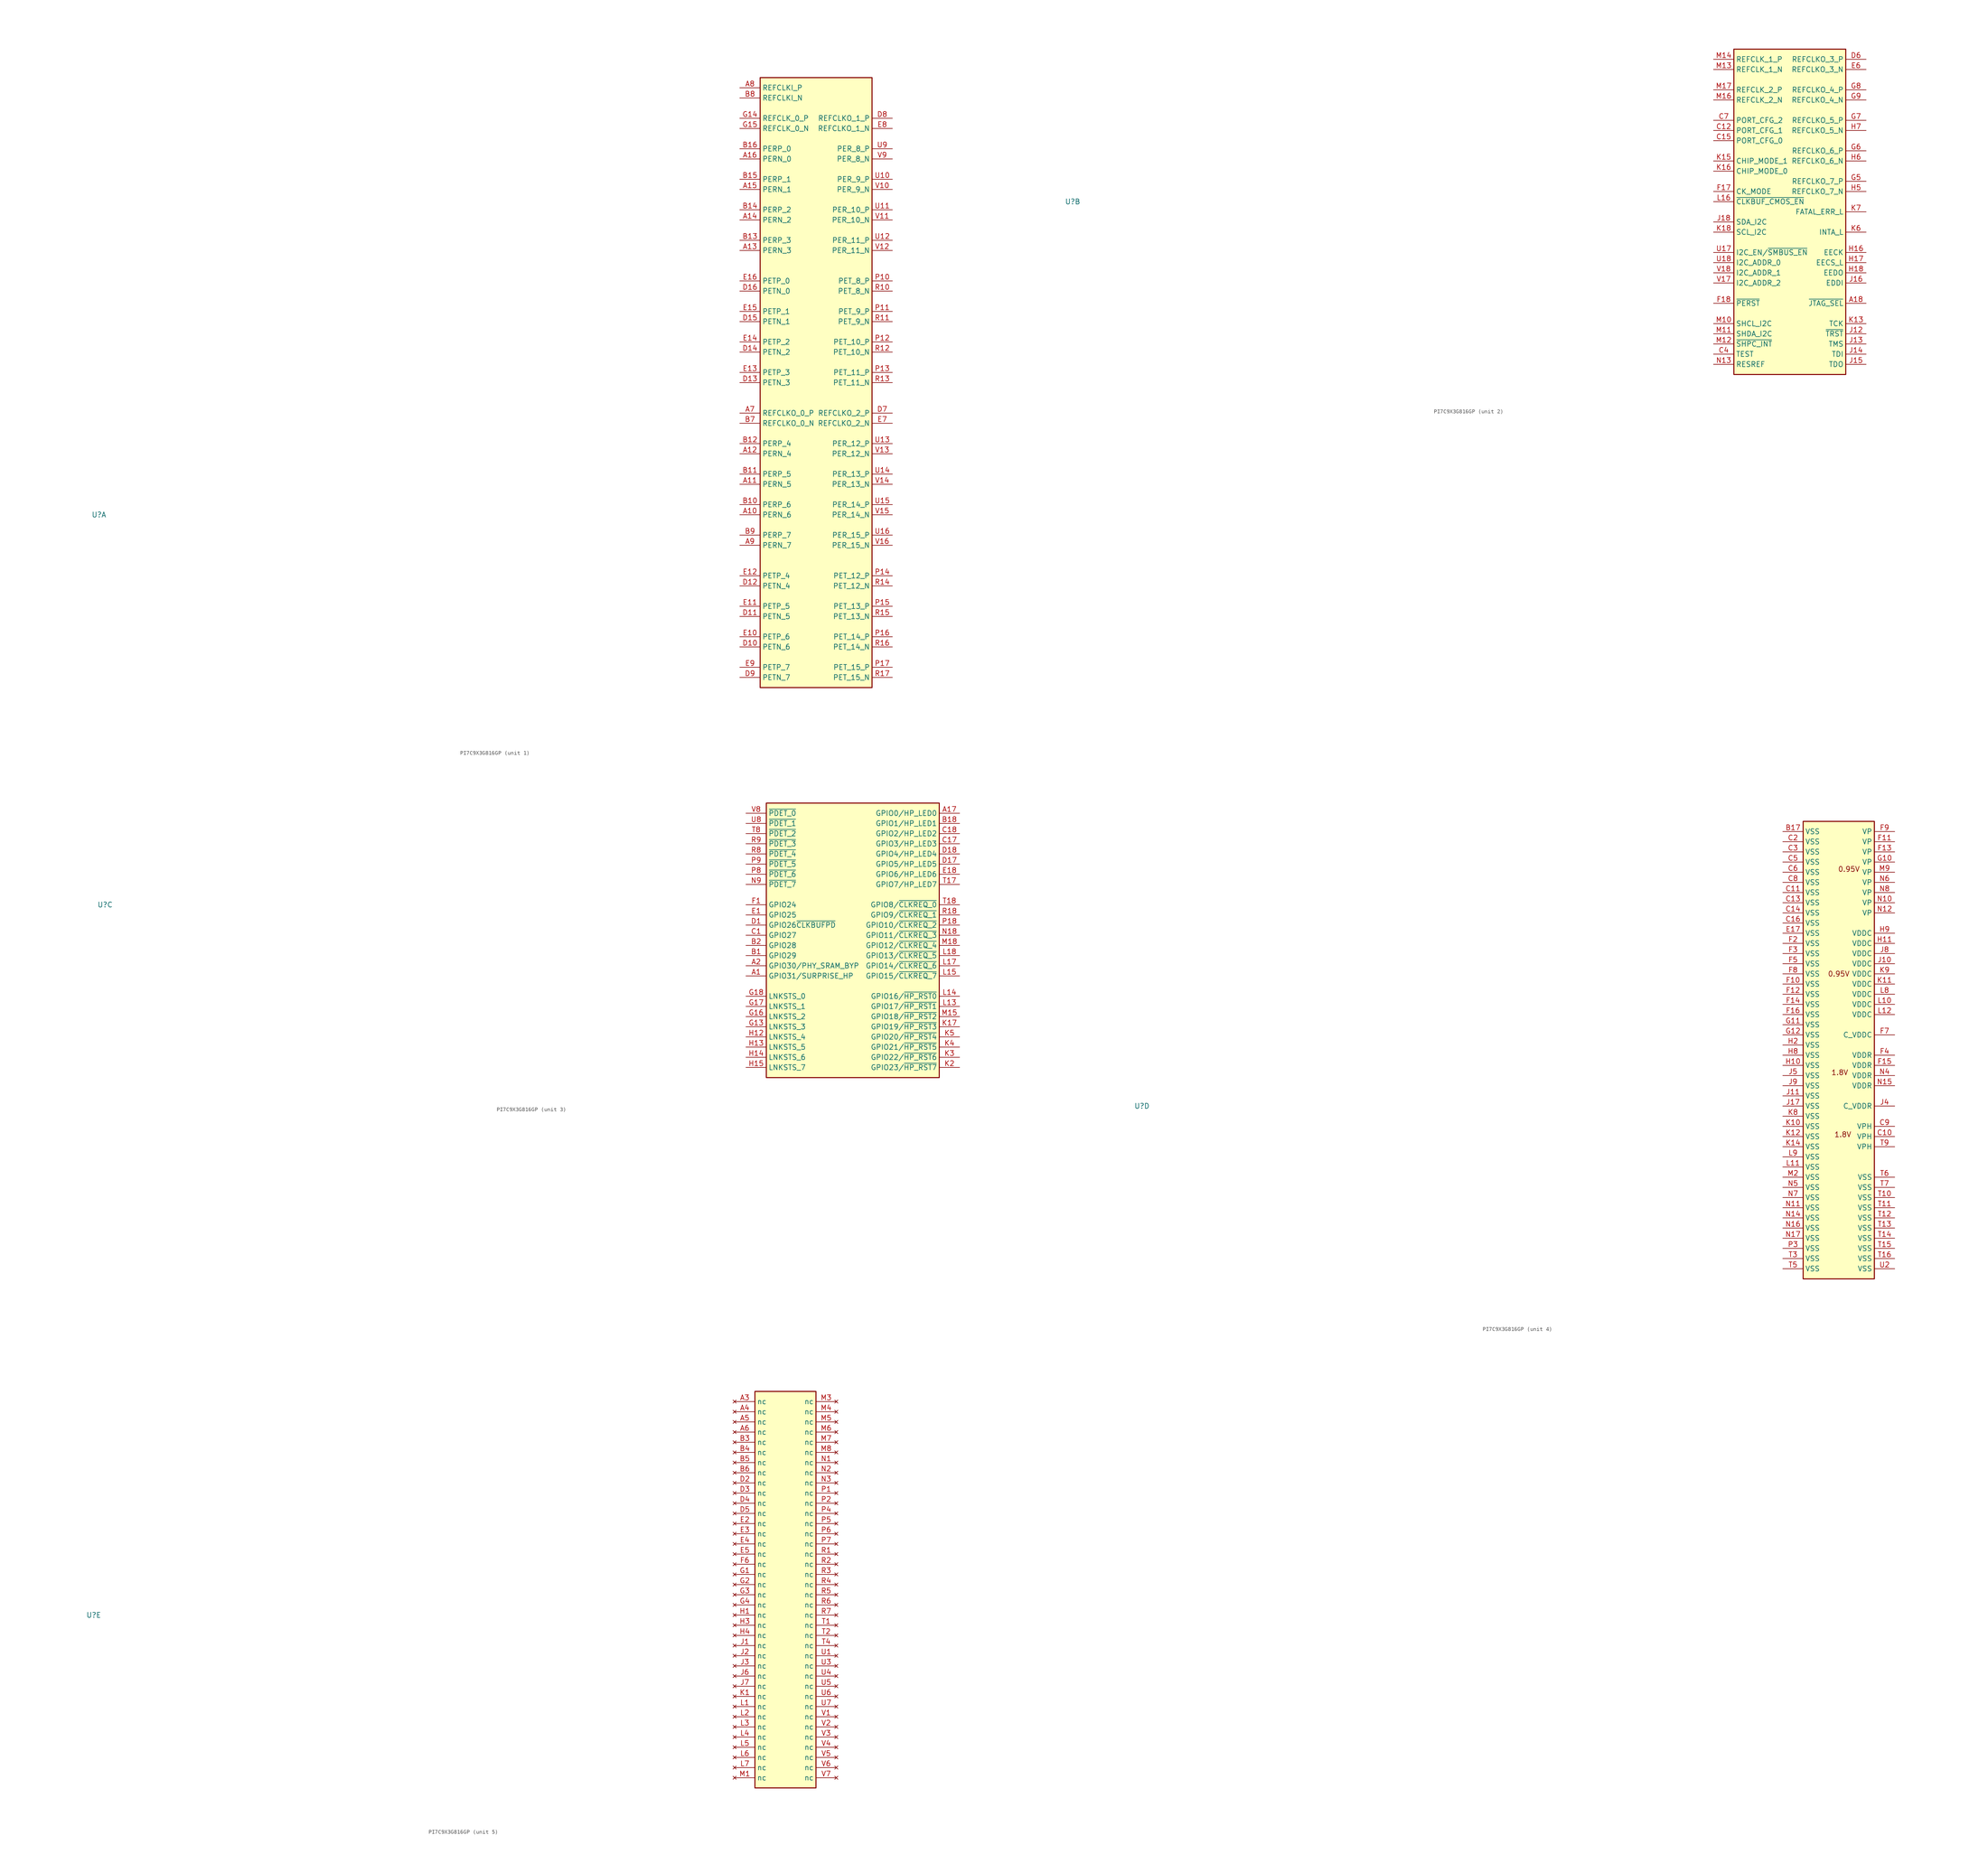
<source format=kicad_sym>
(kicad_symbol_lib
  (version 20241209)
  (generator "kicad_symbol_editor")
  (generator_version "9.0")
  (symbol "PI7C9X3G816GP"
    (property "Reference" "U"
      (at -160.02 40.64 0)
      (effects (font (size 1.27 1.27))))
    (property "Value" ""
      (at -160.02 40.64 0)
      (effects (font (size 1.27 1.27))))
    (property "ki_locked" ""
      (at 0 0 0)
      (effects (font (size 1.27 1.27))))
    (symbol "PI7C9X3G816GP_1_1"
      (rectangle (start 5.08 149.86) (end 33.02 -2.54) (stroke (width 0.254) (type default)) (fill (type background)))
      (pin passive line (at 0 147.32 0) (length 5.08) (name "REFCLKI_P" (effects (font (size 1.27 1.27)))) (number "A8" (effects (font (size 1.27 1.27)))))
      (pin passive line (at 0 144.78 0) (length 5.08) (name "REFCLKI_N" (effects (font (size 1.27 1.27)))) (number "B8" (effects (font (size 1.27 1.27)))))
      (pin passive line (at 0 139.7 0) (length 5.08) (name "REFCLK_0_P" (effects (font (size 1.27 1.27)))) (number "G14" (effects (font (size 1.27 1.27)))))
      (pin passive line (at 0 137.16 0) (length 5.08) (name "REFCLK_0_N" (effects (font (size 1.27 1.27)))) (number "G15" (effects (font (size 1.27 1.27)))))
      (pin passive line (at 0 132.08 0) (length 5.08) (name "PERP_0" (effects (font (size 1.27 1.27)))) (number "B16" (effects (font (size 1.27 1.27)))))
      (pin passive line (at 0 129.54 0) (length 5.08) (name "PERN_0" (effects (font (size 1.27 1.27)))) (number "A16" (effects (font (size 1.27 1.27)))))
      (pin passive line (at 0 124.46 0) (length 5.08) (name "PERP_1" (effects (font (size 1.27 1.27)))) (number "B15" (effects (font (size 1.27 1.27)))))
      (pin passive line (at 0 121.92 0) (length 5.08) (name "PERN_1" (effects (font (size 1.27 1.27)))) (number "A15" (effects (font (size 1.27 1.27)))))
      (pin passive line (at 0 116.84 0) (length 5.08) (name "PERP_2" (effects (font (size 1.27 1.27)))) (number "B14" (effects (font (size 1.27 1.27)))))
      (pin passive line (at 0 114.3 0) (length 5.08) (name "PERN_2" (effects (font (size 1.27 1.27)))) (number "A14" (effects (font (size 1.27 1.27)))))
      (pin passive line (at 0 109.22 0) (length 5.08) (name "PERP_3" (effects (font (size 1.27 1.27)))) (number "B13" (effects (font (size 1.27 1.27)))))
      (pin passive line (at 0 106.68 0) (length 5.08) (name "PERN_3" (effects (font (size 1.27 1.27)))) (number "A13" (effects (font (size 1.27 1.27)))))
      (pin passive line (at 0 99.06 0) (length 5.08) (name "PETP_0" (effects (font (size 1.27 1.27)))) (number "E16" (effects (font (size 1.27 1.27)))))
      (pin passive line (at 0 96.52 0) (length 5.08) (name "PETN_0" (effects (font (size 1.27 1.27)))) (number "D16" (effects (font (size 1.27 1.27)))))
      (pin passive line (at 0 91.44 0) (length 5.08) (name "PETP_1" (effects (font (size 1.27 1.27)))) (number "E15" (effects (font (size 1.27 1.27)))))
      (pin passive line (at 0 88.9 0) (length 5.08) (name "PETN_1" (effects (font (size 1.27 1.27)))) (number "D15" (effects (font (size 1.27 1.27)))))
      (pin passive line (at 0 83.82 0) (length 5.08) (name "PETP_2" (effects (font (size 1.27 1.27)))) (number "E14" (effects (font (size 1.27 1.27)))))
      (pin passive line (at 0 81.28 0) (length 5.08) (name "PETN_2" (effects (font (size 1.27 1.27)))) (number "D14" (effects (font (size 1.27 1.27)))))
      (pin passive line (at 0 76.2 0) (length 5.08) (name "PETP_3" (effects (font (size 1.27 1.27)))) (number "E13" (effects (font (size 1.27 1.27)))))
      (pin passive line (at 0 73.66 0) (length 5.08) (name "PETN_3" (effects (font (size 1.27 1.27)))) (number "D13" (effects (font (size 1.27 1.27)))))
      (pin passive line (at 0 66.04 0) (length 5.08) (name "REFCLKO_0_P" (effects (font (size 1.27 1.27)))) (number "A7" (effects (font (size 1.27 1.27)))))
      (pin passive line (at 0 63.5 0) (length 5.08) (name "REFCLKO_0_N" (effects (font (size 1.27 1.27)))) (number "B7" (effects (font (size 1.27 1.27)))))
      (pin passive line (at 0 58.42 0) (length 5.08) (name "PERP_4" (effects (font (size 1.27 1.27)))) (number "B12" (effects (font (size 1.27 1.27)))))
      (pin passive line (at 0 55.88 0) (length 5.08) (name "PERN_4" (effects (font (size 1.27 1.27)))) (number "A12" (effects (font (size 1.27 1.27)))))
      (pin passive line (at 0 50.8 0) (length 5.08) (name "PERP_5" (effects (font (size 1.27 1.27)))) (number "B11" (effects (font (size 1.27 1.27)))))
      (pin passive line (at 0 48.26 0) (length 5.08) (name "PERN_5" (effects (font (size 1.27 1.27)))) (number "A11" (effects (font (size 1.27 1.27)))))
      (pin passive line (at 0 43.18 0) (length 5.08) (name "PERP_6" (effects (font (size 1.27 1.27)))) (number "B10" (effects (font (size 1.27 1.27)))))
      (pin passive line (at 0 40.64 0) (length 5.08) (name "PERN_6" (effects (font (size 1.27 1.27)))) (number "A10" (effects (font (size 1.27 1.27)))))
      (pin passive line (at 0 35.56 0) (length 5.08) (name "PERP_7" (effects (font (size 1.27 1.27)))) (number "B9" (effects (font (size 1.27 1.27)))))
      (pin passive line (at 0 33.02 0) (length 5.08) (name "PERN_7" (effects (font (size 1.27 1.27)))) (number "A9" (effects (font (size 1.27 1.27)))))
      (pin passive line (at 0 25.4 0) (length 5.08) (name "PETP_4" (effects (font (size 1.27 1.27)))) (number "E12" (effects (font (size 1.27 1.27)))))
      (pin passive line (at 0 22.86 0) (length 5.08) (name "PETN_4" (effects (font (size 1.27 1.27)))) (number "D12" (effects (font (size 1.27 1.27)))))
      (pin passive line (at 0 17.78 0) (length 5.08) (name "PETP_5" (effects (font (size 1.27 1.27)))) (number "E11" (effects (font (size 1.27 1.27)))))
      (pin passive line (at 0 15.24 0) (length 5.08) (name "PETN_5" (effects (font (size 1.27 1.27)))) (number "D11" (effects (font (size 1.27 1.27)))))
      (pin passive line (at 0 10.16 0) (length 5.08) (name "PETP_6" (effects (font (size 1.27 1.27)))) (number "E10" (effects (font (size 1.27 1.27)))))
      (pin passive line (at 0 7.62 0) (length 5.08) (name "PETN_6" (effects (font (size 1.27 1.27)))) (number "D10" (effects (font (size 1.27 1.27)))))
      (pin passive line (at 0 2.54 0) (length 5.08) (name "PETP_7" (effects (font (size 1.27 1.27)))) (number "E9" (effects (font (size 1.27 1.27)))))
      (pin passive line (at 0 0 0) (length 5.08) (name "PETN_7" (effects (font (size 1.27 1.27)))) (number "D9" (effects (font (size 1.27 1.27)))))
      (pin passive line (at 38.1 139.7 180) (length 5.08) (name "REFCLKO_1_P" (effects (font (size 1.27 1.27)))) (number "D8" (effects (font (size 1.27 1.27)))))
      (pin passive line (at 38.1 137.16 180) (length 5.08) (name "REFCLKO_1_N" (effects (font (size 1.27 1.27)))) (number "E8" (effects (font (size 1.27 1.27)))))
      (pin passive line (at 38.1 132.08 180) (length 5.08) (name "PER_8_P" (effects (font (size 1.27 1.27)))) (number "U9" (effects (font (size 1.27 1.27)))))
      (pin passive line (at 38.1 129.54 180) (length 5.08) (name "PER_8_N" (effects (font (size 1.27 1.27)))) (number "V9" (effects (font (size 1.27 1.27)))))
      (pin passive line (at 38.1 124.46 180) (length 5.08) (name "PER_9_P" (effects (font (size 1.27 1.27)))) (number "U10" (effects (font (size 1.27 1.27)))))
      (pin passive line (at 38.1 121.92 180) (length 5.08) (name "PER_9_N" (effects (font (size 1.27 1.27)))) (number "V10" (effects (font (size 1.27 1.27)))))
      (pin passive line (at 38.1 116.84 180) (length 5.08) (name "PER_10_P" (effects (font (size 1.27 1.27)))) (number "U11" (effects (font (size 1.27 1.27)))))
      (pin passive line (at 38.1 114.3 180) (length 5.08) (name "PER_10_N" (effects (font (size 1.27 1.27)))) (number "V11" (effects (font (size 1.27 1.27)))))
      (pin passive line (at 38.1 109.22 180) (length 5.08) (name "PER_11_P" (effects (font (size 1.27 1.27)))) (number "U12" (effects (font (size 1.27 1.27)))))
      (pin passive line (at 38.1 106.68 180) (length 5.08) (name "PER_11_N" (effects (font (size 1.27 1.27)))) (number "V12" (effects (font (size 1.27 1.27)))))
      (pin passive line (at 38.1 99.06 180) (length 5.08) (name "PET_8_P" (effects (font (size 1.27 1.27)))) (number "P10" (effects (font (size 1.27 1.27)))))
      (pin passive line (at 38.1 96.52 180) (length 5.08) (name "PET_8_N" (effects (font (size 1.27 1.27)))) (number "R10" (effects (font (size 1.27 1.27)))))
      (pin passive line (at 38.1 91.44 180) (length 5.08) (name "PET_9_P" (effects (font (size 1.27 1.27)))) (number "P11" (effects (font (size 1.27 1.27)))))
      (pin passive line (at 38.1 88.9 180) (length 5.08) (name "PET_9_N" (effects (font (size 1.27 1.27)))) (number "R11" (effects (font (size 1.27 1.27)))))
      (pin passive line (at 38.1 83.82 180) (length 5.08) (name "PET_10_P" (effects (font (size 1.27 1.27)))) (number "P12" (effects (font (size 1.27 1.27)))))
      (pin passive line (at 38.1 81.28 180) (length 5.08) (name "PET_10_N" (effects (font (size 1.27 1.27)))) (number "R12" (effects (font (size 1.27 1.27)))))
      (pin passive line (at 38.1 76.2 180) (length 5.08) (name "PET_11_P" (effects (font (size 1.27 1.27)))) (number "P13" (effects (font (size 1.27 1.27)))))
      (pin passive line (at 38.1 73.66 180) (length 5.08) (name "PET_11_N" (effects (font (size 1.27 1.27)))) (number "R13" (effects (font (size 1.27 1.27)))))
      (pin passive line (at 38.1 66.04 180) (length 5.08) (name "REFCLKO_2_P" (effects (font (size 1.27 1.27)))) (number "D7" (effects (font (size 1.27 1.27)))))
      (pin passive line (at 38.1 63.5 180) (length 5.08) (name "REFCLKO_2_N" (effects (font (size 1.27 1.27)))) (number "E7" (effects (font (size 1.27 1.27)))))
      (pin passive line (at 38.1 58.42 180) (length 5.08) (name "PER_12_P" (effects (font (size 1.27 1.27)))) (number "U13" (effects (font (size 1.27 1.27)))))
      (pin passive line (at 38.1 55.88 180) (length 5.08) (name "PER_12_N" (effects (font (size 1.27 1.27)))) (number "V13" (effects (font (size 1.27 1.27)))))
      (pin passive line (at 38.1 50.8 180) (length 5.08) (name "PER_13_P" (effects (font (size 1.27 1.27)))) (number "U14" (effects (font (size 1.27 1.27)))))
      (pin passive line (at 38.1 48.26 180) (length 5.08) (name "PER_13_N" (effects (font (size 1.27 1.27)))) (number "V14" (effects (font (size 1.27 1.27)))))
      (pin passive line (at 38.1 43.18 180) (length 5.08) (name "PER_14_P" (effects (font (size 1.27 1.27)))) (number "U15" (effects (font (size 1.27 1.27)))))
      (pin passive line (at 38.1 40.64 180) (length 5.08) (name "PER_14_N" (effects (font (size 1.27 1.27)))) (number "V15" (effects (font (size 1.27 1.27)))))
      (pin passive line (at 38.1 35.56 180) (length 5.08) (name "PER_15_P" (effects (font (size 1.27 1.27)))) (number "U16" (effects (font (size 1.27 1.27)))))
      (pin passive line (at 38.1 33.02 180) (length 5.08) (name "PER_15_N" (effects (font (size 1.27 1.27)))) (number "V16" (effects (font (size 1.27 1.27)))))
      (pin passive line (at 38.1 25.4 180) (length 5.08) (name "PET_12_P" (effects (font (size 1.27 1.27)))) (number "P14" (effects (font (size 1.27 1.27)))))
      (pin passive line (at 38.1 22.86 180) (length 5.08) (name "PET_12_N" (effects (font (size 1.27 1.27)))) (number "R14" (effects (font (size 1.27 1.27)))))
      (pin passive line (at 38.1 17.78 180) (length 5.08) (name "PET_13_P" (effects (font (size 1.27 1.27)))) (number "P15" (effects (font (size 1.27 1.27)))))
      (pin passive line (at 38.1 15.24 180) (length 5.08) (name "PET_13_N" (effects (font (size 1.27 1.27)))) (number "R15" (effects (font (size 1.27 1.27)))))
      (pin passive line (at 38.1 10.16 180) (length 5.08) (name "PET_14_P" (effects (font (size 1.27 1.27)))) (number "P16" (effects (font (size 1.27 1.27)))))
      (pin passive line (at 38.1 7.62 180) (length 5.08) (name "PET_14_N" (effects (font (size 1.27 1.27)))) (number "R16" (effects (font (size 1.27 1.27)))))
      (pin passive line (at 38.1 2.54 180) (length 5.08) (name "PET_15_P" (effects (font (size 1.27 1.27)))) (number "P17" (effects (font (size 1.27 1.27)))))
      (pin passive line (at 38.1 0 180) (length 5.08) (name "PET_15_N" (effects (font (size 1.27 1.27)))) (number "R17" (effects (font (size 1.27 1.27))))))
    (symbol "PI7C9X3G816GP_2_1"
      (rectangle (start 5.08 78.74) (end 33.02 -2.54) (stroke (width 0.254) (type default)) (fill (type background)))
      (pin passive line (at 0 76.2 0) (length 5.08) (name "REFCLK_1_P" (effects (font (size 1.27 1.27)))) (number "M14" (effects (font (size 1.27 1.27)))))
      (pin passive line (at 0 73.66 0) (length 5.08) (name "REFCLK_1_N" (effects (font (size 1.27 1.27)))) (number "M13" (effects (font (size 1.27 1.27)))))
      (pin passive line (at 0 68.58 0) (length 5.08) (name "REFCLK_2_P" (effects (font (size 1.27 1.27)))) (number "M17" (effects (font (size 1.27 1.27)))))
      (pin passive line (at 0 66.04 0) (length 5.08) (name "REFCLK_2_N" (effects (font (size 1.27 1.27)))) (number "M16" (effects (font (size 1.27 1.27)))))
      (pin passive line (at 0 60.96 0) (length 5.08) (name "PORT_CFG_2" (effects (font (size 1.27 1.27)))) (number "C7" (effects (font (size 1.27 1.27)))))
      (pin passive line (at 0 58.42 0) (length 5.08) (name "PORT_CFG_1" (effects (font (size 1.27 1.27)))) (number "C12" (effects (font (size 1.27 1.27)))))
      (pin passive line (at 0 55.88 0) (length 5.08) (name "PORT_CFG_0" (effects (font (size 1.27 1.27)))) (number "C15" (effects (font (size 1.27 1.27)))))
      (pin passive line (at 0 50.8 0) (length 5.08) (name "CHIP_MODE_1" (effects (font (size 1.27 1.27)))) (number "K15" (effects (font (size 1.27 1.27)))))
      (pin passive line (at 0 48.26 0) (length 5.08) (name "CHIP_MODE_0" (effects (font (size 1.27 1.27)))) (number "K16" (effects (font (size 1.27 1.27)))))
      (pin passive line (at 0 43.18 0) (length 5.08) (name "CK_MODE" (effects (font (size 1.27 1.27)))) (number "F17" (effects (font (size 1.27 1.27)))))
      (pin passive line (at 0 40.64 0) (length 5.08) (name "~{CLKBUF_CMOS_EN}" (effects (font (size 1.27 1.27)))) (number "L16" (effects (font (size 1.27 1.27)))))
      (pin open_collector line (at 0 35.56 0) (length 5.08) (name "SDA_I2C" (effects (font (size 1.27 1.27)))) (number "J18" (effects (font (size 1.27 1.27)))))
      (pin open_collector line (at 0 33.02 0) (length 5.08) (name "SCL_I2C" (effects (font (size 1.27 1.27)))) (number "K18" (effects (font (size 1.27 1.27)))))
      (pin passive line (at 0 27.94 0) (length 5.08) (name "I2C_EN/~{SMBUS_EN}" (effects (font (size 1.27 1.27)))) (number "U17" (effects (font (size 1.27 1.27)))))
      (pin passive line (at 0 25.4 0) (length 5.08) (name "I2C_ADDR_0" (effects (font (size 1.27 1.27)))) (number "U18" (effects (font (size 1.27 1.27)))))
      (pin passive line (at 0 22.86 0) (length 5.08) (name "I2C_ADDR_1" (effects (font (size 1.27 1.27)))) (number "V18" (effects (font (size 1.27 1.27)))))
      (pin passive line (at 0 20.32 0) (length 5.08) (name "I2C_ADDR_2" (effects (font (size 1.27 1.27)))) (number "V17" (effects (font (size 1.27 1.27)))))
      (pin passive line (at 0 15.24 0) (length 5.08) (name "~{PERST}" (effects (font (size 1.27 1.27)))) (number "F18" (effects (font (size 1.27 1.27)))))
      (pin passive line (at 0 10.16 0) (length 5.08) (name "SHCL_I2C" (effects (font (size 1.27 1.27)))) (number "M10" (effects (font (size 1.27 1.27)))))
      (pin passive line (at 0 7.62 0) (length 5.08) (name "SHDA_I2C" (effects (font (size 1.27 1.27)))) (number "M11" (effects (font (size 1.27 1.27)))))
      (pin passive line (at 0 5.08 0) (length 5.08) (name "~{SHPC_INT}" (effects (font (size 1.27 1.27)))) (number "M12" (effects (font (size 1.27 1.27)))))
      (pin passive line (at 0 2.54 0) (length 5.08) (name "TEST" (effects (font (size 1.27 1.27)))) (number "C4" (effects (font (size 1.27 1.27)))))
      (pin passive line (at 0 0 0) (length 5.08) (name "RESREF" (effects (font (size 1.27 1.27)))) (number "N13" (effects (font (size 1.27 1.27)))))
      (pin passive line (at 38.1 76.2 180) (length 5.08) (name "REFCLKO_3_P" (effects (font (size 1.27 1.27)))) (number "D6" (effects (font (size 1.27 1.27)))))
      (pin passive line (at 38.1 73.66 180) (length 5.08) (name "REFCLKO_3_N" (effects (font (size 1.27 1.27)))) (number "E6" (effects (font (size 1.27 1.27)))))
      (pin passive line (at 38.1 68.58 180) (length 5.08) (name "REFCLKO_4_P" (effects (font (size 1.27 1.27)))) (number "G8" (effects (font (size 1.27 1.27)))))
      (pin passive line (at 38.1 66.04 180) (length 5.08) (name "REFCLKO_4_N" (effects (font (size 1.27 1.27)))) (number "G9" (effects (font (size 1.27 1.27)))))
      (pin passive line (at 38.1 60.96 180) (length 5.08) (name "REFCLKO_5_P" (effects (font (size 1.27 1.27)))) (number "G7" (effects (font (size 1.27 1.27)))))
      (pin passive line (at 38.1 58.42 180) (length 5.08) (name "REFCLKO_5_N" (effects (font (size 1.27 1.27)))) (number "H7" (effects (font (size 1.27 1.27)))))
      (pin passive line (at 38.1 53.34 180) (length 5.08) (name "REFCLKO_6_P" (effects (font (size 1.27 1.27)))) (number "G6" (effects (font (size 1.27 1.27)))))
      (pin passive line (at 38.1 50.8 180) (length 5.08) (name "REFCLKO_6_N" (effects (font (size 1.27 1.27)))) (number "H6" (effects (font (size 1.27 1.27)))))
      (pin passive line (at 38.1 45.72 180) (length 5.08) (name "REFCLKO_7_P" (effects (font (size 1.27 1.27)))) (number "G5" (effects (font (size 1.27 1.27)))))
      (pin passive line (at 38.1 43.18 180) (length 5.08) (name "REFCLKO_7_N" (effects (font (size 1.27 1.27)))) (number "H5" (effects (font (size 1.27 1.27)))))
      (pin passive line (at 38.1 38.1 180) (length 5.08) (name "FATAL_ERR_L" (effects (font (size 1.27 1.27)))) (number "K7" (effects (font (size 1.27 1.27)))))
      (pin open_collector line (at 38.1 33.02 180) (length 5.08) (name "INTA_L" (effects (font (size 1.27 1.27)))) (number "K6" (effects (font (size 1.27 1.27)))))
      (pin passive line (at 38.1 27.94 180) (length 5.08) (name "EECK" (effects (font (size 1.27 1.27)))) (number "H16" (effects (font (size 1.27 1.27)))))
      (pin passive line (at 38.1 25.4 180) (length 5.08) (name "EECS_L" (effects (font (size 1.27 1.27)))) (number "H17" (effects (font (size 1.27 1.27)))))
      (pin passive line (at 38.1 22.86 180) (length 5.08) (name "EEDO" (effects (font (size 1.27 1.27)))) (number "H18" (effects (font (size 1.27 1.27)))))
      (pin passive line (at 38.1 20.32 180) (length 5.08) (name "EDDI" (effects (font (size 1.27 1.27)))) (number "J16" (effects (font (size 1.27 1.27)))))
      (pin passive line (at 38.1 15.24 180) (length 5.08) (name "~{JTAG_SEL}" (effects (font (size 1.27 1.27)))) (number "A18" (effects (font (size 1.27 1.27)))))
      (pin passive line (at 38.1 10.16 180) (length 5.08) (name "TCK" (effects (font (size 1.27 1.27)))) (number "K13" (effects (font (size 1.27 1.27)))))
      (pin passive line (at 38.1 7.62 180) (length 5.08) (name "~{TRST}" (effects (font (size 1.27 1.27)))) (number "J12" (effects (font (size 1.27 1.27)))))
      (pin passive line (at 38.1 5.08 180) (length 5.08) (name "TMS" (effects (font (size 1.27 1.27)))) (number "J13" (effects (font (size 1.27 1.27)))))
      (pin passive line (at 38.1 2.54 180) (length 5.08) (name "TDI" (effects (font (size 1.27 1.27)))) (number "J14" (effects (font (size 1.27 1.27)))))
      (pin passive line (at 38.1 0 180) (length 5.08) (name "TDO" (effects (font (size 1.27 1.27)))) (number "J15" (effects (font (size 1.27 1.27))))))
    (symbol "PI7C9X3G816GP_3_1"
      (rectangle (start 5.08 66.04) (end 48.26 -2.54) (stroke (width 0.254) (type default)) (fill (type background)))
      (pin passive line (at 0 63.5 0) (length 5.08) (name "~{PDET_0}" (effects (font (size 1.27 1.27)))) (number "V8" (effects (font (size 1.27 1.27)))))
      (pin passive line (at 0 60.96 0) (length 5.08) (name "~{PDET_1}" (effects (font (size 1.27 1.27)))) (number "U8" (effects (font (size 1.27 1.27)))))
      (pin passive line (at 0 58.42 0) (length 5.08) (name "~{PDET_2}" (effects (font (size 1.27 1.27)))) (number "T8" (effects (font (size 1.27 1.27)))))
      (pin passive line (at 0 55.88 0) (length 5.08) (name "~{PDET_3}" (effects (font (size 1.27 1.27)))) (number "R9" (effects (font (size 1.27 1.27)))))
      (pin passive line (at 0 53.34 0) (length 5.08) (name "~{PDET_4}" (effects (font (size 1.27 1.27)))) (number "R8" (effects (font (size 1.27 1.27)))))
      (pin passive line (at 0 50.8 0) (length 5.08) (name "~{PDET_5}" (effects (font (size 1.27 1.27)))) (number "P9" (effects (font (size 1.27 1.27)))))
      (pin passive line (at 0 48.26 0) (length 5.08) (name "~{PDET_6}" (effects (font (size 1.27 1.27)))) (number "P8" (effects (font (size 1.27 1.27)))))
      (pin passive line (at 0 45.72 0) (length 5.08) (name "~{PDET_7}" (effects (font (size 1.27 1.27)))) (number "N9" (effects (font (size 1.27 1.27)))))
      (pin passive line (at 0 40.64 0) (length 5.08) (name "GPIO24" (effects (font (size 1.27 1.27)))) (number "F1" (effects (font (size 1.27 1.27)))))
      (pin passive line (at 0 38.1 0) (length 5.08) (name "GPIO25" (effects (font (size 1.27 1.27)))) (number "E1" (effects (font (size 1.27 1.27)))))
      (pin passive line (at 0 35.56 0) (length 5.08) (name "GPIO26~{CLKBUFPD}" (effects (font (size 1.27 1.27)))) (number "D1" (effects (font (size 1.27 1.27)))))
      (pin passive line (at 0 33.02 0) (length 5.08) (name "GPIO27" (effects (font (size 1.27 1.27)))) (number "C1" (effects (font (size 1.27 1.27)))))
      (pin passive line (at 0 30.48 0) (length 5.08) (name "GPIO28" (effects (font (size 1.27 1.27)))) (number "B2" (effects (font (size 1.27 1.27)))))
      (pin passive line (at 0 27.94 0) (length 5.08) (name "GPIO29" (effects (font (size 1.27 1.27)))) (number "B1" (effects (font (size 1.27 1.27)))))
      (pin passive line (at 0 25.4 0) (length 5.08) (name "GPIO30/PHY_SRAM_BYP" (effects (font (size 1.27 1.27)))) (number "A2" (effects (font (size 1.27 1.27)))))
      (pin passive line (at 0 22.86 0) (length 5.08) (name "GPIO31/SURPRISE_HP" (effects (font (size 1.27 1.27)))) (number "A1" (effects (font (size 1.27 1.27)))))
      (pin passive line (at 0 17.78 0) (length 5.08) (name "LNKSTS_0" (effects (font (size 1.27 1.27)))) (number "G18" (effects (font (size 1.27 1.27)))))
      (pin passive line (at 0 15.24 0) (length 5.08) (name "LNKSTS_1" (effects (font (size 1.27 1.27)))) (number "G17" (effects (font (size 1.27 1.27)))))
      (pin passive line (at 0 12.7 0) (length 5.08) (name "LNKSTS_2" (effects (font (size 1.27 1.27)))) (number "G16" (effects (font (size 1.27 1.27)))))
      (pin passive line (at 0 10.16 0) (length 5.08) (name "LNKSTS_3" (effects (font (size 1.27 1.27)))) (number "G13" (effects (font (size 1.27 1.27)))))
      (pin passive line (at 0 7.62 0) (length 5.08) (name "LNKSTS_4" (effects (font (size 1.27 1.27)))) (number "H12" (effects (font (size 1.27 1.27)))))
      (pin passive line (at 0 5.08 0) (length 5.08) (name "LNKSTS_5" (effects (font (size 1.27 1.27)))) (number "H13" (effects (font (size 1.27 1.27)))))
      (pin passive line (at 0 2.54 0) (length 5.08) (name "LNKSTS_6" (effects (font (size 1.27 1.27)))) (number "H14" (effects (font (size 1.27 1.27)))))
      (pin passive line (at 0 0 0) (length 5.08) (name "LNKSTS_7" (effects (font (size 1.27 1.27)))) (number "H15" (effects (font (size 1.27 1.27)))))
      (pin passive line (at 53.34 63.5 180) (length 5.08) (name "GPIO0/HP_LED0" (effects (font (size 1.27 1.27)))) (number "A17" (effects (font (size 1.27 1.27)))))
      (pin passive line (at 53.34 60.96 180) (length 5.08) (name "GPIO1/HP_LED1" (effects (font (size 1.27 1.27)))) (number "B18" (effects (font (size 1.27 1.27)))))
      (pin passive line (at 53.34 58.42 180) (length 5.08) (name "GPIO2/HP_LED2" (effects (font (size 1.27 1.27)))) (number "C18" (effects (font (size 1.27 1.27)))))
      (pin passive line (at 53.34 55.88 180) (length 5.08) (name "GPIO3/HP_LED3" (effects (font (size 1.27 1.27)))) (number "C17" (effects (font (size 1.27 1.27)))))
      (pin passive line (at 53.34 53.34 180) (length 5.08) (name "GPIO4/HP_LED4" (effects (font (size 1.27 1.27)))) (number "D18" (effects (font (size 1.27 1.27)))))
      (pin passive line (at 53.34 50.8 180) (length 5.08) (name "GPIO5/HP_LED5" (effects (font (size 1.27 1.27)))) (number "D17" (effects (font (size 1.27 1.27)))))
      (pin passive line (at 53.34 48.26 180) (length 5.08) (name "GPIO6/HP_LED6" (effects (font (size 1.27 1.27)))) (number "E18" (effects (font (size 1.27 1.27)))))
      (pin passive line (at 53.34 45.72 180) (length 5.08) (name "GPIO7/HP_LED7" (effects (font (size 1.27 1.27)))) (number "T17" (effects (font (size 1.27 1.27)))))
      (pin open_collector line (at 53.34 40.64 180) (length 5.08) (name "GPIO8/~{CLKREQ_0}" (effects (font (size 1.27 1.27)))) (number "T18" (effects (font (size 1.27 1.27)))))
      (pin open_collector line (at 53.34 38.1 180) (length 5.08) (name "GPIO9/~{CLKREQ_1}" (effects (font (size 1.27 1.27)))) (number "R18" (effects (font (size 1.27 1.27)))))
      (pin open_collector line (at 53.34 35.56 180) (length 5.08) (name "GPIO10/~{CLKREQ_2}" (effects (font (size 1.27 1.27)))) (number "P18" (effects (font (size 1.27 1.27)))))
      (pin open_collector line (at 53.34 33.02 180) (length 5.08) (name "GPIO11/~{CLKREQ_3}" (effects (font (size 1.27 1.27)))) (number "N18" (effects (font (size 1.27 1.27)))))
      (pin open_collector line (at 53.34 30.48 180) (length 5.08) (name "GPIO12/~{CLKREQ_4}" (effects (font (size 1.27 1.27)))) (number "M18" (effects (font (size 1.27 1.27)))))
      (pin open_collector line (at 53.34 27.94 180) (length 5.08) (name "GPIO13/~{CLKREQ_5}" (effects (font (size 1.27 1.27)))) (number "L18" (effects (font (size 1.27 1.27)))))
      (pin open_collector line (at 53.34 25.4 180) (length 5.08) (name "GPIO14/~{CLKREQ_6}" (effects (font (size 1.27 1.27)))) (number "L17" (effects (font (size 1.27 1.27)))))
      (pin open_collector line (at 53.34 22.86 180) (length 5.08) (name "GPIO15/~{CLKREQ_7}" (effects (font (size 1.27 1.27)))) (number "L15" (effects (font (size 1.27 1.27)))))
      (pin passive line (at 53.34 17.78 180) (length 5.08) (name "GPIO16/~{HP_RST0}" (effects (font (size 1.27 1.27)))) (number "L14" (effects (font (size 1.27 1.27)))))
      (pin passive line (at 53.34 15.24 180) (length 5.08) (name "GPIO17/~{HP_RST1}" (effects (font (size 1.27 1.27)))) (number "L13" (effects (font (size 1.27 1.27)))))
      (pin passive line (at 53.34 12.7 180) (length 5.08) (name "GPIO18/~{HP_RST2}" (effects (font (size 1.27 1.27)))) (number "M15" (effects (font (size 1.27 1.27)))))
      (pin passive line (at 53.34 10.16 180) (length 5.08) (name "GPIO19/~{HP_RST3}" (effects (font (size 1.27 1.27)))) (number "K17" (effects (font (size 1.27 1.27)))))
      (pin passive line (at 53.34 7.62 180) (length 5.08) (name "GPIO20/~{HP_RST4}" (effects (font (size 1.27 1.27)))) (number "K5" (effects (font (size 1.27 1.27)))))
      (pin passive line (at 53.34 5.08 180) (length 5.08) (name "GPIO21/~{HP_RST5}" (effects (font (size 1.27 1.27)))) (number "K4" (effects (font (size 1.27 1.27)))))
      (pin passive line (at 53.34 2.54 180) (length 5.08) (name "GPIO22/~{HP_RST6}" (effects (font (size 1.27 1.27)))) (number "K3" (effects (font (size 1.27 1.27)))))
      (pin passive line (at 53.34 0 180) (length 5.08) (name "GPIO23/~{HP_RST7}" (effects (font (size 1.27 1.27)))) (number "K2" (effects (font (size 1.27 1.27))))))
    (symbol "PI7C9X3G816GP_4_1"
      (rectangle (start 5.08 111.76) (end 22.86 -2.54) (stroke (width 0.254) (type default)) (fill (type background)))
      (text "0.95V" (at 13.97 73.66 0) (effects (font (size 1.27 1.27))))
      (text "1.8V" (at 14.224 49.022 0) (effects (font (size 1.27 1.27))))
      (text "1.8V" (at 14.986 33.528 0) (effects (font (size 1.27 1.27))))
      (text "0.95V" (at 16.51 99.822 0) (effects (font (size 1.27 1.27))))
      (pin power_in line (at 0 109.22 0) (length 5.08) (name "VSS" (effects (font (size 1.27 1.27)))) (number "B17" (effects (font (size 1.27 1.27)))))
      (pin power_in line (at 0 106.68 0) (length 5.08) (name "VSS" (effects (font (size 1.27 1.27)))) (number "C2" (effects (font (size 1.27 1.27)))))
      (pin power_in line (at 0 104.14 0) (length 5.08) (name "VSS" (effects (font (size 1.27 1.27)))) (number "C3" (effects (font (size 1.27 1.27)))))
      (pin power_in line (at 0 101.6 0) (length 5.08) (name "VSS" (effects (font (size 1.27 1.27)))) (number "C5" (effects (font (size 1.27 1.27)))))
      (pin power_in line (at 0 99.06 0) (length 5.08) (name "VSS" (effects (font (size 1.27 1.27)))) (number "C6" (effects (font (size 1.27 1.27)))))
      (pin power_in line (at 0 96.52 0) (length 5.08) (name "VSS" (effects (font (size 1.27 1.27)))) (number "C8" (effects (font (size 1.27 1.27)))))
      (pin power_in line (at 0 93.98 0) (length 5.08) (name "VSS" (effects (font (size 1.27 1.27)))) (number "C11" (effects (font (size 1.27 1.27)))))
      (pin power_in line (at 0 91.44 0) (length 5.08) (name "VSS" (effects (font (size 1.27 1.27)))) (number "C13" (effects (font (size 1.27 1.27)))))
      (pin power_in line (at 0 88.9 0) (length 5.08) (name "VSS" (effects (font (size 1.27 1.27)))) (number "C14" (effects (font (size 1.27 1.27)))))
      (pin power_in line (at 0 86.36 0) (length 5.08) (name "VSS" (effects (font (size 1.27 1.27)))) (number "C16" (effects (font (size 1.27 1.27)))))
      (pin power_in line (at 0 83.82 0) (length 5.08) (name "VSS" (effects (font (size 1.27 1.27)))) (number "E17" (effects (font (size 1.27 1.27)))))
      (pin power_in line (at 0 81.28 0) (length 5.08) (name "VSS" (effects (font (size 1.27 1.27)))) (number "F2" (effects (font (size 1.27 1.27)))))
      (pin power_in line (at 0 78.74 0) (length 5.08) (name "VSS" (effects (font (size 1.27 1.27)))) (number "F3" (effects (font (size 1.27 1.27)))))
      (pin power_in line (at 0 76.2 0) (length 5.08) (name "VSS" (effects (font (size 1.27 1.27)))) (number "F5" (effects (font (size 1.27 1.27)))))
      (pin power_in line (at 0 73.66 0) (length 5.08) (name "VSS" (effects (font (size 1.27 1.27)))) (number "F8" (effects (font (size 1.27 1.27)))))
      (pin power_in line (at 0 71.12 0) (length 5.08) (name "VSS" (effects (font (size 1.27 1.27)))) (number "F10" (effects (font (size 1.27 1.27)))))
      (pin power_in line (at 0 68.58 0) (length 5.08) (name "VSS" (effects (font (size 1.27 1.27)))) (number "F12" (effects (font (size 1.27 1.27)))))
      (pin power_in line (at 0 66.04 0) (length 5.08) (name "VSS" (effects (font (size 1.27 1.27)))) (number "F14" (effects (font (size 1.27 1.27)))))
      (pin power_in line (at 0 63.5 0) (length 5.08) (name "VSS" (effects (font (size 1.27 1.27)))) (number "F16" (effects (font (size 1.27 1.27)))))
      (pin power_in line (at 0 60.96 0) (length 5.08) (name "VSS" (effects (font (size 1.27 1.27)))) (number "G11" (effects (font (size 1.27 1.27)))))
      (pin power_in line (at 0 58.42 0) (length 5.08) (name "VSS" (effects (font (size 1.27 1.27)))) (number "G12" (effects (font (size 1.27 1.27)))))
      (pin power_in line (at 0 55.88 0) (length 5.08) (name "VSS" (effects (font (size 1.27 1.27)))) (number "H2" (effects (font (size 1.27 1.27)))))
      (pin power_in line (at 0 53.34 0) (length 5.08) (name "VSS" (effects (font (size 1.27 1.27)))) (number "H8" (effects (font (size 1.27 1.27)))))
      (pin power_in line (at 0 50.8 0) (length 5.08) (name "VSS" (effects (font (size 1.27 1.27)))) (number "H10" (effects (font (size 1.27 1.27)))))
      (pin power_in line (at 0 48.26 0) (length 5.08) (name "VSS" (effects (font (size 1.27 1.27)))) (number "J5" (effects (font (size 1.27 1.27)))))
      (pin power_in line (at 0 45.72 0) (length 5.08) (name "VSS" (effects (font (size 1.27 1.27)))) (number "J9" (effects (font (size 1.27 1.27)))))
      (pin power_in line (at 0 43.18 0) (length 5.08) (name "VSS" (effects (font (size 1.27 1.27)))) (number "J11" (effects (font (size 1.27 1.27)))))
      (pin power_in line (at 0 40.64 0) (length 5.08) (name "VSS" (effects (font (size 1.27 1.27)))) (number "J17" (effects (font (size 1.27 1.27)))))
      (pin power_in line (at 0 38.1 0) (length 5.08) (name "VSS" (effects (font (size 1.27 1.27)))) (number "K8" (effects (font (size 1.27 1.27)))))
      (pin power_in line (at 0 35.56 0) (length 5.08) (name "VSS" (effects (font (size 1.27 1.27)))) (number "K10" (effects (font (size 1.27 1.27)))))
      (pin power_in line (at 0 33.02 0) (length 5.08) (name "VSS" (effects (font (size 1.27 1.27)))) (number "K12" (effects (font (size 1.27 1.27)))))
      (pin power_in line (at 0 30.48 0) (length 5.08) (name "VSS" (effects (font (size 1.27 1.27)))) (number "K14" (effects (font (size 1.27 1.27)))))
      (pin power_in line (at 0 27.94 0) (length 5.08) (name "VSS" (effects (font (size 1.27 1.27)))) (number "L9" (effects (font (size 1.27 1.27)))))
      (pin power_in line (at 0 25.4 0) (length 5.08) (name "VSS" (effects (font (size 1.27 1.27)))) (number "L11" (effects (font (size 1.27 1.27)))))
      (pin power_in line (at 0 22.86 0) (length 5.08) (name "VSS" (effects (font (size 1.27 1.27)))) (number "M2" (effects (font (size 1.27 1.27)))))
      (pin power_in line (at 0 20.32 0) (length 5.08) (name "VSS" (effects (font (size 1.27 1.27)))) (number "N5" (effects (font (size 1.27 1.27)))))
      (pin power_in line (at 0 17.78 0) (length 5.08) (name "VSS" (effects (font (size 1.27 1.27)))) (number "N7" (effects (font (size 1.27 1.27)))))
      (pin power_in line (at 0 15.24 0) (length 5.08) (name "VSS" (effects (font (size 1.27 1.27)))) (number "N11" (effects (font (size 1.27 1.27)))))
      (pin power_in line (at 0 12.7 0) (length 5.08) (name "VSS" (effects (font (size 1.27 1.27)))) (number "N14" (effects (font (size 1.27 1.27)))))
      (pin power_in line (at 0 10.16 0) (length 5.08) (name "VSS" (effects (font (size 1.27 1.27)))) (number "N16" (effects (font (size 1.27 1.27)))))
      (pin power_in line (at 0 7.62 0) (length 5.08) (name "VSS" (effects (font (size 1.27 1.27)))) (number "N17" (effects (font (size 1.27 1.27)))))
      (pin power_in line (at 0 5.08 0) (length 5.08) (name "VSS" (effects (font (size 1.27 1.27)))) (number "P3" (effects (font (size 1.27 1.27)))))
      (pin power_in line (at 0 2.54 0) (length 5.08) (name "VSS" (effects (font (size 1.27 1.27)))) (number "T3" (effects (font (size 1.27 1.27)))))
      (pin power_in line (at 0 0 0) (length 5.08) (name "VSS" (effects (font (size 1.27 1.27)))) (number "T5" (effects (font (size 1.27 1.27)))))
      (pin power_in line (at 27.94 109.22 180) (length 5.08) (name "VP" (effects (font (size 1.27 1.27)))) (number "F9" (effects (font (size 1.27 1.27)))))
      (pin power_in line (at 27.94 106.68 180) (length 5.08) (name "VP" (effects (font (size 1.27 1.27)))) (number "F11" (effects (font (size 1.27 1.27)))))
      (pin power_in line (at 27.94 104.14 180) (length 5.08) (name "VP" (effects (font (size 1.27 1.27)))) (number "F13" (effects (font (size 1.27 1.27)))))
      (pin power_in line (at 27.94 101.6 180) (length 5.08) (name "VP" (effects (font (size 1.27 1.27)))) (number "G10" (effects (font (size 1.27 1.27)))))
      (pin power_in line (at 27.94 99.06 180) (length 5.08) (name "VP" (effects (font (size 1.27 1.27)))) (number "M9" (effects (font (size 1.27 1.27)))))
      (pin power_in line (at 27.94 96.52 180) (length 5.08) (name "VP" (effects (font (size 1.27 1.27)))) (number "N6" (effects (font (size 1.27 1.27)))))
      (pin power_in line (at 27.94 93.98 180) (length 5.08) (name "VP" (effects (font (size 1.27 1.27)))) (number "N8" (effects (font (size 1.27 1.27)))))
      (pin power_in line (at 27.94 91.44 180) (length 5.08) (name "VP" (effects (font (size 1.27 1.27)))) (number "N10" (effects (font (size 1.27 1.27)))))
      (pin power_in line (at 27.94 88.9 180) (length 5.08) (name "VP" (effects (font (size 1.27 1.27)))) (number "N12" (effects (font (size 1.27 1.27)))))
      (pin power_in line (at 27.94 83.82 180) (length 5.08) (name "VDDC" (effects (font (size 1.27 1.27)))) (number "H9" (effects (font (size 1.27 1.27)))))
      (pin power_in line (at 27.94 81.28 180) (length 5.08) (name "VDDC" (effects (font (size 1.27 1.27)))) (number "H11" (effects (font (size 1.27 1.27)))))
      (pin power_in line (at 27.94 78.74 180) (length 5.08) (name "VDDC" (effects (font (size 1.27 1.27)))) (number "J8" (effects (font (size 1.27 1.27)))))
      (pin power_in line (at 27.94 76.2 180) (length 5.08) (name "VDDC" (effects (font (size 1.27 1.27)))) (number "J10" (effects (font (size 1.27 1.27)))))
      (pin power_in line (at 27.94 73.66 180) (length 5.08) (name "VDDC" (effects (font (size 1.27 1.27)))) (number "K9" (effects (font (size 1.27 1.27)))))
      (pin power_in line (at 27.94 71.12 180) (length 5.08) (name "VDDC" (effects (font (size 1.27 1.27)))) (number "K11" (effects (font (size 1.27 1.27)))))
      (pin power_in line (at 27.94 68.58 180) (length 5.08) (name "VDDC" (effects (font (size 1.27 1.27)))) (number "L8" (effects (font (size 1.27 1.27)))))
      (pin power_in line (at 27.94 66.04 180) (length 5.08) (name "VDDC" (effects (font (size 1.27 1.27)))) (number "L10" (effects (font (size 1.27 1.27)))))
      (pin power_in line (at 27.94 63.5 180) (length 5.08) (name "VDDC" (effects (font (size 1.27 1.27)))) (number "L12" (effects (font (size 1.27 1.27)))))
      (pin power_in line (at 27.94 58.42 180) (length 5.08) (name "C_VDDC" (effects (font (size 1.27 1.27)))) (number "F7" (effects (font (size 1.27 1.27)))))
      (pin power_in line (at 27.94 53.34 180) (length 5.08) (name "VDDR" (effects (font (size 1.27 1.27)))) (number "F4" (effects (font (size 1.27 1.27)))))
      (pin power_in line (at 27.94 50.8 180) (length 5.08) (name "VDDR" (effects (font (size 1.27 1.27)))) (number "F15" (effects (font (size 1.27 1.27)))))
      (pin power_in line (at 27.94 48.26 180) (length 5.08) (name "VDDR" (effects (font (size 1.27 1.27)))) (number "N4" (effects (font (size 1.27 1.27)))))
      (pin power_in line (at 27.94 45.72 180) (length 5.08) (name "VDDR" (effects (font (size 1.27 1.27)))) (number "N15" (effects (font (size 1.27 1.27)))))
      (pin passive line (at 27.94 40.64 180) (length 5.08) (name "C_VDDR" (effects (font (size 1.27 1.27)))) (number "J4" (effects (font (size 1.27 1.27)))))
      (pin power_in line (at 27.94 35.56 180) (length 5.08) (name "VPH" (effects (font (size 1.27 1.27)))) (number "C9" (effects (font (size 1.27 1.27)))))
      (pin power_in line (at 27.94 33.02 180) (length 5.08) (name "VPH" (effects (font (size 1.27 1.27)))) (number "C10" (effects (font (size 1.27 1.27)))))
      (pin power_in line (at 27.94 30.48 180) (length 5.08) (name "VPH" (effects (font (size 1.27 1.27)))) (number "T9" (effects (font (size 1.27 1.27)))))
      (pin power_in line (at 27.94 22.86 180) (length 5.08) (name "VSS" (effects (font (size 1.27 1.27)))) (number "T6" (effects (font (size 1.27 1.27)))))
      (pin power_in line (at 27.94 20.32 180) (length 5.08) (name "VSS" (effects (font (size 1.27 1.27)))) (number "T7" (effects (font (size 1.27 1.27)))))
      (pin power_in line (at 27.94 17.78 180) (length 5.08) (name "VSS" (effects (font (size 1.27 1.27)))) (number "T10" (effects (font (size 1.27 1.27)))))
      (pin power_in line (at 27.94 15.24 180) (length 5.08) (name "VSS" (effects (font (size 1.27 1.27)))) (number "T11" (effects (font (size 1.27 1.27)))))
      (pin power_in line (at 27.94 12.7 180) (length 5.08) (name "VSS" (effects (font (size 1.27 1.27)))) (number "T12" (effects (font (size 1.27 1.27)))))
      (pin power_in line (at 27.94 10.16 180) (length 5.08) (name "VSS" (effects (font (size 1.27 1.27)))) (number "T13" (effects (font (size 1.27 1.27)))))
      (pin power_in line (at 27.94 7.62 180) (length 5.08) (name "VSS" (effects (font (size 1.27 1.27)))) (number "T14" (effects (font (size 1.27 1.27)))))
      (pin power_in line (at 27.94 5.08 180) (length 5.08) (name "VSS" (effects (font (size 1.27 1.27)))) (number "T15" (effects (font (size 1.27 1.27)))))
      (pin power_in line (at 27.94 2.54 180) (length 5.08) (name "VSS" (effects (font (size 1.27 1.27)))) (number "T16" (effects (font (size 1.27 1.27)))))
      (pin power_in line (at 27.94 0 180) (length 5.08) (name "VSS" (effects (font (size 1.27 1.27)))) (number "U2" (effects (font (size 1.27 1.27))))))
    (symbol "PI7C9X3G816GP_5_1"
      (rectangle (start 5.08 96.52) (end 20.32 -2.54) (stroke (width 0.254) (type default)) (fill (type background)))
      (pin no_connect line (at 0 93.98 0) (length 5.08) (name "nc" (effects (font (size 1.27 1.27)))) (number "A3" (effects (font (size 1.27 1.27)))))
      (pin no_connect line (at 0 91.44 0) (length 5.08) (name "nc" (effects (font (size 1.27 1.27)))) (number "A4" (effects (font (size 1.27 1.27)))))
      (pin no_connect line (at 0 88.9 0) (length 5.08) (name "nc" (effects (font (size 1.27 1.27)))) (number "A5" (effects (font (size 1.27 1.27)))))
      (pin no_connect line (at 0 86.36 0) (length 5.08) (name "nc" (effects (font (size 1.27 1.27)))) (number "A6" (effects (font (size 1.27 1.27)))))
      (pin no_connect line (at 0 83.82 0) (length 5.08) (name "nc" (effects (font (size 1.27 1.27)))) (number "B3" (effects (font (size 1.27 1.27)))))
      (pin no_connect line (at 0 81.28 0) (length 5.08) (name "nc" (effects (font (size 1.27 1.27)))) (number "B4" (effects (font (size 1.27 1.27)))))
      (pin no_connect line (at 0 78.74 0) (length 5.08) (name "nc" (effects (font (size 1.27 1.27)))) (number "B5" (effects (font (size 1.27 1.27)))))
      (pin no_connect line (at 0 76.2 0) (length 5.08) (name "nc" (effects (font (size 1.27 1.27)))) (number "B6" (effects (font (size 1.27 1.27)))))
      (pin no_connect line (at 0 73.66 0) (length 5.08) (name "nc" (effects (font (size 1.27 1.27)))) (number "D2" (effects (font (size 1.27 1.27)))))
      (pin no_connect line (at 0 71.12 0) (length 5.08) (name "nc" (effects (font (size 1.27 1.27)))) (number "D3" (effects (font (size 1.27 1.27)))))
      (pin no_connect line (at 0 68.58 0) (length 5.08) (name "nc" (effects (font (size 1.27 1.27)))) (number "D4" (effects (font (size 1.27 1.27)))))
      (pin no_connect line (at 0 66.04 0) (length 5.08) (name "nc" (effects (font (size 1.27 1.27)))) (number "D5" (effects (font (size 1.27 1.27)))))
      (pin no_connect line (at 0 63.5 0) (length 5.08) (name "nc" (effects (font (size 1.27 1.27)))) (number "E2" (effects (font (size 1.27 1.27)))))
      (pin no_connect line (at 0 60.96 0) (length 5.08) (name "nc" (effects (font (size 1.27 1.27)))) (number "E3" (effects (font (size 1.27 1.27)))))
      (pin no_connect line (at 0 58.42 0) (length 5.08) (name "nc" (effects (font (size 1.27 1.27)))) (number "E4" (effects (font (size 1.27 1.27)))))
      (pin no_connect line (at 0 55.88 0) (length 5.08) (name "nc" (effects (font (size 1.27 1.27)))) (number "E5" (effects (font (size 1.27 1.27)))))
      (pin no_connect line (at 0 53.34 0) (length 5.08) (name "nc" (effects (font (size 1.27 1.27)))) (number "F6" (effects (font (size 1.27 1.27)))))
      (pin no_connect line (at 0 50.8 0) (length 5.08) (name "nc" (effects (font (size 1.27 1.27)))) (number "G1" (effects (font (size 1.27 1.27)))))
      (pin no_connect line (at 0 48.26 0) (length 5.08) (name "nc" (effects (font (size 1.27 1.27)))) (number "G2" (effects (font (size 1.27 1.27)))))
      (pin no_connect line (at 0 45.72 0) (length 5.08) (name "nc" (effects (font (size 1.27 1.27)))) (number "G3" (effects (font (size 1.27 1.27)))))
      (pin no_connect line (at 0 43.18 0) (length 5.08) (name "nc" (effects (font (size 1.27 1.27)))) (number "G4" (effects (font (size 1.27 1.27)))))
      (pin no_connect line (at 0 40.64 0) (length 5.08) (name "nc" (effects (font (size 1.27 1.27)))) (number "H1" (effects (font (size 1.27 1.27)))))
      (pin no_connect line (at 0 38.1 0) (length 5.08) (name "nc" (effects (font (size 1.27 1.27)))) (number "H3" (effects (font (size 1.27 1.27)))))
      (pin no_connect line (at 0 35.56 0) (length 5.08) (name "nc" (effects (font (size 1.27 1.27)))) (number "H4" (effects (font (size 1.27 1.27)))))
      (pin no_connect line (at 0 33.02 0) (length 5.08) (name "nc" (effects (font (size 1.27 1.27)))) (number "J1" (effects (font (size 1.27 1.27)))))
      (pin no_connect line (at 0 30.48 0) (length 5.08) (name "nc" (effects (font (size 1.27 1.27)))) (number "J2" (effects (font (size 1.27 1.27)))))
      (pin no_connect line (at 0 27.94 0) (length 5.08) (name "nc" (effects (font (size 1.27 1.27)))) (number "J3" (effects (font (size 1.27 1.27)))))
      (pin no_connect line (at 0 25.4 0) (length 5.08) (name "nc" (effects (font (size 1.27 1.27)))) (number "J6" (effects (font (size 1.27 1.27)))))
      (pin no_connect line (at 0 22.86 0) (length 5.08) (name "nc" (effects (font (size 1.27 1.27)))) (number "J7" (effects (font (size 1.27 1.27)))))
      (pin no_connect line (at 0 20.32 0) (length 5.08) (name "nc" (effects (font (size 1.27 1.27)))) (number "K1" (effects (font (size 1.27 1.27)))))
      (pin no_connect line (at 0 17.78 0) (length 5.08) (name "nc" (effects (font (size 1.27 1.27)))) (number "L1" (effects (font (size 1.27 1.27)))))
      (pin no_connect line (at 0 15.24 0) (length 5.08) (name "nc" (effects (font (size 1.27 1.27)))) (number "L2" (effects (font (size 1.27 1.27)))))
      (pin no_connect line (at 0 12.7 0) (length 5.08) (name "nc" (effects (font (size 1.27 1.27)))) (number "L3" (effects (font (size 1.27 1.27)))))
      (pin no_connect line (at 0 10.16 0) (length 5.08) (name "nc" (effects (font (size 1.27 1.27)))) (number "L4" (effects (font (size 1.27 1.27)))))
      (pin no_connect line (at 0 7.62 0) (length 5.08) (name "nc" (effects (font (size 1.27 1.27)))) (number "L5" (effects (font (size 1.27 1.27)))))
      (pin no_connect line (at 0 5.08 0) (length 5.08) (name "nc" (effects (font (size 1.27 1.27)))) (number "L6" (effects (font (size 1.27 1.27)))))
      (pin no_connect line (at 0 2.54 0) (length 5.08) (name "nc" (effects (font (size 1.27 1.27)))) (number "L7" (effects (font (size 1.27 1.27)))))
      (pin no_connect line (at 0 0 0) (length 5.08) (name "nc" (effects (font (size 1.27 1.27)))) (number "M1" (effects (font (size 1.27 1.27)))))
      (pin no_connect line (at 25.4 93.98 180) (length 5.08) (name "nc" (effects (font (size 1.27 1.27)))) (number "M3" (effects (font (size 1.27 1.27)))))
      (pin no_connect line (at 25.4 91.44 180) (length 5.08) (name "nc" (effects (font (size 1.27 1.27)))) (number "M4" (effects (font (size 1.27 1.27)))))
      (pin no_connect line (at 25.4 88.9 180) (length 5.08) (name "nc" (effects (font (size 1.27 1.27)))) (number "M5" (effects (font (size 1.27 1.27)))))
      (pin no_connect line (at 25.4 86.36 180) (length 5.08) (name "nc" (effects (font (size 1.27 1.27)))) (number "M6" (effects (font (size 1.27 1.27)))))
      (pin no_connect line (at 25.4 83.82 180) (length 5.08) (name "nc" (effects (font (size 1.27 1.27)))) (number "M7" (effects (font (size 1.27 1.27)))))
      (pin no_connect line (at 25.4 81.28 180) (length 5.08) (name "nc" (effects (font (size 1.27 1.27)))) (number "M8" (effects (font (size 1.27 1.27)))))
      (pin no_connect line (at 25.4 78.74 180) (length 5.08) (name "nc" (effects (font (size 1.27 1.27)))) (number "N1" (effects (font (size 1.27 1.27)))))
      (pin no_connect line (at 25.4 76.2 180) (length 5.08) (name "nc" (effects (font (size 1.27 1.27)))) (number "N2" (effects (font (size 1.27 1.27)))))
      (pin no_connect line (at 25.4 73.66 180) (length 5.08) (name "nc" (effects (font (size 1.27 1.27)))) (number "N3" (effects (font (size 1.27 1.27)))))
      (pin no_connect line (at 25.4 71.12 180) (length 5.08) (name "nc" (effects (font (size 1.27 1.27)))) (number "P1" (effects (font (size 1.27 1.27)))))
      (pin no_connect line (at 25.4 68.58 180) (length 5.08) (name "nc" (effects (font (size 1.27 1.27)))) (number "P2" (effects (font (size 1.27 1.27)))))
      (pin no_connect line (at 25.4 66.04 180) (length 5.08) (name "nc" (effects (font (size 1.27 1.27)))) (number "P4" (effects (font (size 1.27 1.27)))))
      (pin no_connect line (at 25.4 63.5 180) (length 5.08) (name "nc" (effects (font (size 1.27 1.27)))) (number "P5" (effects (font (size 1.27 1.27)))))
      (pin no_connect line (at 25.4 60.96 180) (length 5.08) (name "nc" (effects (font (size 1.27 1.27)))) (number "P6" (effects (font (size 1.27 1.27)))))
      (pin no_connect line (at 25.4 58.42 180) (length 5.08) (name "nc" (effects (font (size 1.27 1.27)))) (number "P7" (effects (font (size 1.27 1.27)))))
      (pin no_connect line (at 25.4 55.88 180) (length 5.08) (name "nc" (effects (font (size 1.27 1.27)))) (number "R1" (effects (font (size 1.27 1.27)))))
      (pin no_connect line (at 25.4 53.34 180) (length 5.08) (name "nc" (effects (font (size 1.27 1.27)))) (number "R2" (effects (font (size 1.27 1.27)))))
      (pin no_connect line (at 25.4 50.8 180) (length 5.08) (name "nc" (effects (font (size 1.27 1.27)))) (number "R3" (effects (font (size 1.27 1.27)))))
      (pin no_connect line (at 25.4 48.26 180) (length 5.08) (name "nc" (effects (font (size 1.27 1.27)))) (number "R4" (effects (font (size 1.27 1.27)))))
      (pin no_connect line (at 25.4 45.72 180) (length 5.08) (name "nc" (effects (font (size 1.27 1.27)))) (number "R5" (effects (font (size 1.27 1.27)))))
      (pin no_connect line (at 25.4 43.18 180) (length 5.08) (name "nc" (effects (font (size 1.27 1.27)))) (number "R6" (effects (font (size 1.27 1.27)))))
      (pin no_connect line (at 25.4 40.64 180) (length 5.08) (name "nc" (effects (font (size 1.27 1.27)))) (number "R7" (effects (font (size 1.27 1.27)))))
      (pin no_connect line (at 25.4 38.1 180) (length 5.08) (name "nc" (effects (font (size 1.27 1.27)))) (number "T1" (effects (font (size 1.27 1.27)))))
      (pin no_connect line (at 25.4 35.56 180) (length 5.08) (name "nc" (effects (font (size 1.27 1.27)))) (number "T2" (effects (font (size 1.27 1.27)))))
      (pin no_connect line (at 25.4 33.02 180) (length 5.08) (name "nc" (effects (font (size 1.27 1.27)))) (number "T4" (effects (font (size 1.27 1.27)))))
      (pin no_connect line (at 25.4 30.48 180) (length 5.08) (name "nc" (effects (font (size 1.27 1.27)))) (number "U1" (effects (font (size 1.27 1.27)))))
      (pin no_connect line (at 25.4 27.94 180) (length 5.08) (name "nc" (effects (font (size 1.27 1.27)))) (number "U3" (effects (font (size 1.27 1.27)))))
      (pin no_connect line (at 25.4 25.4 180) (length 5.08) (name "nc" (effects (font (size 1.27 1.27)))) (number "U4" (effects (font (size 1.27 1.27)))))
      (pin no_connect line (at 25.4 22.86 180) (length 5.08) (name "nc" (effects (font (size 1.27 1.27)))) (number "U5" (effects (font (size 1.27 1.27)))))
      (pin no_connect line (at 25.4 20.32 180) (length 5.08) (name "nc" (effects (font (size 1.27 1.27)))) (number "U6" (effects (font (size 1.27 1.27)))))
      (pin no_connect line (at 25.4 17.78 180) (length 5.08) (name "nc" (effects (font (size 1.27 1.27)))) (number "U7" (effects (font (size 1.27 1.27)))))
      (pin no_connect line (at 25.4 15.24 180) (length 5.08) (name "nc" (effects (font (size 1.27 1.27)))) (number "V1" (effects (font (size 1.27 1.27)))))
      (pin no_connect line (at 25.4 12.7 180) (length 5.08) (name "nc" (effects (font (size 1.27 1.27)))) (number "V2" (effects (font (size 1.27 1.27)))))
      (pin no_connect line (at 25.4 10.16 180) (length 5.08) (name "nc" (effects (font (size 1.27 1.27)))) (number "V3" (effects (font (size 1.27 1.27)))))
      (pin no_connect line (at 25.4 7.62 180) (length 5.08) (name "nc" (effects (font (size 1.27 1.27)))) (number "V4" (effects (font (size 1.27 1.27)))))
      (pin no_connect line (at 25.4 5.08 180) (length 5.08) (name "nc" (effects (font (size 1.27 1.27)))) (number "V5" (effects (font (size 1.27 1.27)))))
      (pin no_connect line (at 25.4 2.54 180) (length 5.08) (name "nc" (effects (font (size 1.27 1.27)))) (number "V6" (effects (font (size 1.27 1.27)))))
      (pin no_connect line (at 25.4 0 180) (length 5.08) (name "nc" (effects (font (size 1.27 1.27)))) (number "V7" (effects (font (size 1.27 1.27))))))))
</source>
